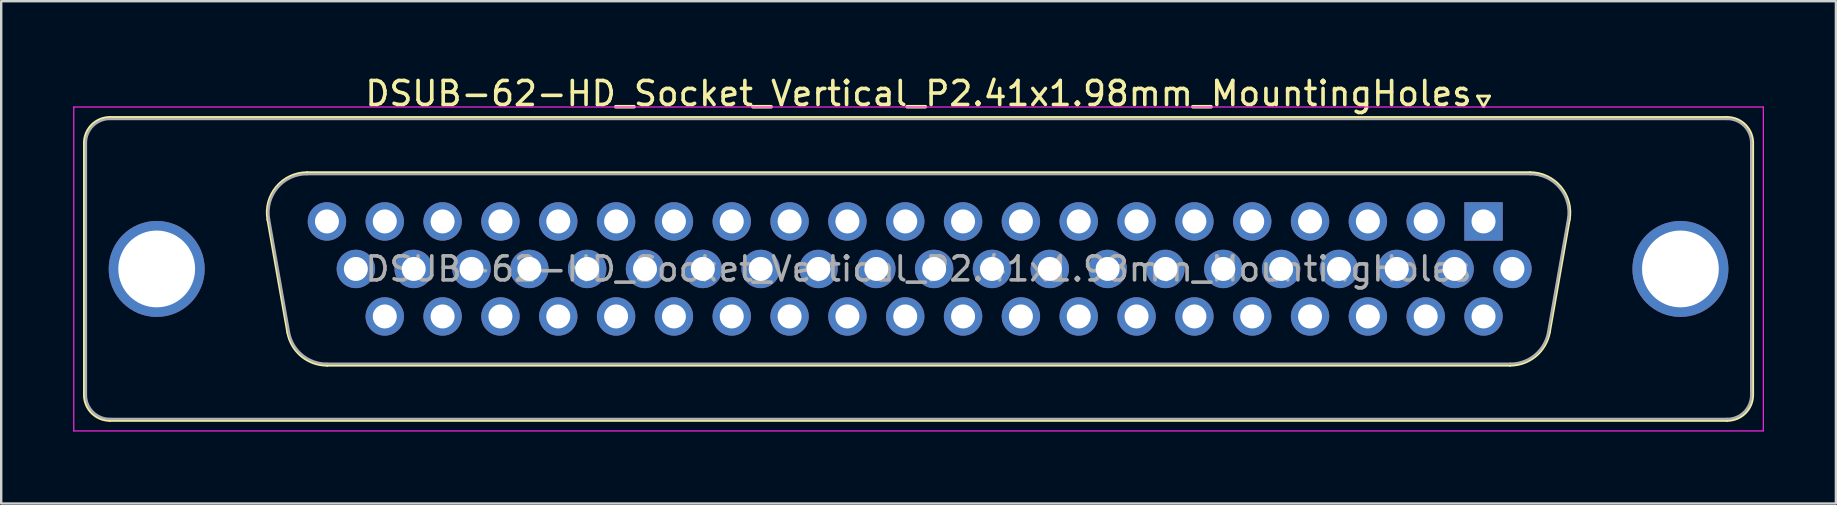
<source format=kicad_pcb>
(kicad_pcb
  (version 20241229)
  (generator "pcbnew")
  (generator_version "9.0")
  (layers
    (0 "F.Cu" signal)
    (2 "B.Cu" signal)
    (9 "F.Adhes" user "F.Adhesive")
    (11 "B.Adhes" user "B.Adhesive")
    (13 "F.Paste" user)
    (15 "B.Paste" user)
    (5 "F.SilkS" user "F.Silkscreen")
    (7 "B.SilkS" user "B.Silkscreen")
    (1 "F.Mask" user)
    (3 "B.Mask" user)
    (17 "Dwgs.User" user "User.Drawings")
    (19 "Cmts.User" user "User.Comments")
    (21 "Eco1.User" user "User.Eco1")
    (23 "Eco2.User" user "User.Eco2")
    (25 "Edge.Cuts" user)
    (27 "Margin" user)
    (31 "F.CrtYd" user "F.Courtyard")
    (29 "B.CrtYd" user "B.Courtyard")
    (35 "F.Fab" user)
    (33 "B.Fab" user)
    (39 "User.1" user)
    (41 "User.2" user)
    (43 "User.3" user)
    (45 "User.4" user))
  (footprint "DSUB-62-HD_Socket_Vertical_P2.41x1.98mm_MountingHoles"
    (layer "F.Cu")
    (at 58.775 6.178)
    (property "Reference" "DSUB-62-HD_Socket_Vertical_P2.41x1.98mm_MountingHoles" (at -23.545 -5.33 0) (layer "F.SilkS") (effects (font (size 1 1) (thickness 0.15))))
    (attr through_hole)
    (fp_line (start -58.305 7.23) (end -58.305 -3.27) (stroke (width 0.12) (type solid)) (layer "F.SilkS"))
    (fp_line (start -57.245 -4.33) (end 10.155 -4.33) (stroke (width 0.12) (type solid)) (layer "F.SilkS"))
    (fp_line (start -49.833 4.618) (end -50.661 -0.082) (stroke (width 0.12) (type solid)) (layer "F.SilkS"))
    (fp_line (start -49.027 -2.03) (end 1.937 -2.03) (stroke (width 0.12) (type solid)) (layer "F.SilkS"))
    (fp_line (start -0.25 -5.224) (end 0.25 -5.224) (stroke (width 0.12) (type solid)) (layer "F.SilkS"))
    (fp_line (start 0 -4.791) (end -0.25 -5.224) (stroke (width 0.12) (type solid)) (layer "F.SilkS"))
    (fp_line (start 0.25 -5.224) (end 0 -4.791) (stroke (width 0.12) (type solid)) (layer "F.SilkS"))
    (fp_line (start 1.108 5.99) (end -48.198 5.99) (stroke (width 0.12) (type solid)) (layer "F.SilkS"))
    (fp_line (start 3.571 -0.082) (end 2.743 4.618) (stroke (width 0.12) (type solid)) (layer "F.SilkS"))
    (fp_line (start 10.155 8.29) (end -57.245 8.29) (stroke (width 0.12) (type solid)) (layer "F.SilkS"))
    (fp_line (start 11.215 -3.27) (end 11.215 7.23) (stroke (width 0.12) (type solid)) (layer "F.SilkS"))
    (fp_arc (start -58.305 -3.27) (mid -57.994533 -4.019533) (end -57.245 -4.33) (stroke (width 0.12) (type solid)) (layer "F.SilkS"))
    (fp_arc (start -57.245 8.29) (mid -57.994533 7.979533) (end -58.305 7.23) (stroke (width 0.12) (type solid)) (layer "F.SilkS"))
    (fp_arc (start -50.66147 -0.081744) (mid -50.298323 -1.437027) (end -49.026689 -2.03) (stroke (width 0.12) (type solid)) (layer "F.SilkS"))
    (fp_arc (start -48.197952 5.99) (mid -49.26498 5.601634) (end -49.832733 4.618256) (stroke (width 0.12) (type solid)) (layer "F.SilkS"))
    (fp_arc (start 1.936689 -2.03) (mid 3.208323 -1.437027) (end 3.57147 -0.081744) (stroke (width 0.12) (type solid)) (layer "F.SilkS"))
    (fp_arc (start 2.742733 4.618256) (mid 2.17498 5.601634) (end 1.107952 5.99) (stroke (width 0.12) (type solid)) (layer "F.SilkS"))
    (fp_arc (start 10.155 -4.33) (mid 10.904533 -4.019533) (end 11.215 -3.27) (stroke (width 0.12) (type solid)) (layer "F.SilkS"))
    (fp_arc (start 11.215 7.23) (mid 10.904533 7.979533) (end 10.155 8.29) (stroke (width 0.12) (type solid)) (layer "F.SilkS"))
    (fp_line (start -58.75 -4.77) (end -58.75 8.73) (stroke (width 0.05) (type solid)) (layer "F.CrtYd"))
    (fp_line (start -58.75 8.73) (end 11.66 8.73) (stroke (width 0.05) (type solid)) (layer "F.CrtYd"))
    (fp_line (start 11.66 -4.77) (end -58.75 -4.77) (stroke (width 0.05) (type solid)) (layer "F.CrtYd"))
    (fp_line (start 11.66 8.73) (end 11.66 -4.77) (stroke (width 0.05) (type solid)) (layer "F.CrtYd"))
    (fp_line (start -58.245 7.23) (end -58.245 -3.27) (stroke (width 0.1) (type solid)) (layer "F.Fab"))
    (fp_line (start -57.245 -4.27) (end 10.155 -4.27) (stroke (width 0.1) (type solid)) (layer "F.Fab"))
    (fp_line (start -49.785 4.608) (end -50.614 -0.092) (stroke (width 0.1) (type solid)) (layer "F.Fab"))
    (fp_line (start -49.038 -1.97) (end 1.948 -1.97) (stroke (width 0.1) (type solid)) (layer "F.Fab"))
    (fp_line (start 1.119 5.93) (end -48.209 5.93) (stroke (width 0.1) (type solid)) (layer "F.Fab"))
    (fp_line (start 3.524 -0.092) (end 2.695 4.608) (stroke (width 0.1) (type solid)) (layer "F.Fab"))
    (fp_line (start 10.155 8.23) (end -57.245 8.23) (stroke (width 0.1) (type solid)) (layer "F.Fab"))
    (fp_line (start 11.155 -3.27) (end 11.155 7.23) (stroke (width 0.1) (type solid)) (layer "F.Fab"))
    (fp_arc (start -58.245 -3.27) (mid -57.952107 -3.977107) (end -57.245 -4.27) (stroke (width 0.1) (type solid)) (layer "F.Fab"))
    (fp_arc (start -57.245 8.23) (mid -57.952107 7.937107) (end -58.245 7.23) (stroke (width 0.1) (type solid)) (layer "F.Fab"))
    (fp_arc (start -50.613887 -0.092163) (mid -50.263865 -1.39846) (end -49.038194 -1.97) (stroke (width 0.1) (type solid)) (layer "F.Fab"))
    (fp_arc (start -48.209457 5.93) (mid -49.237918 5.555671) (end -49.78515 4.607837) (stroke (width 0.1) (type solid)) (layer "F.Fab"))
    (fp_arc (start 1.948194 -1.97) (mid 3.173865 -1.39846) (end 3.523887 -0.092163) (stroke (width 0.1) (type solid)) (layer "F.Fab"))
    (fp_arc (start 2.69515 4.607837) (mid 2.147918 5.555671) (end 1.119457 5.93) (stroke (width 0.1) (type solid)) (layer "F.Fab"))
    (fp_arc (start 10.155 -4.27) (mid 10.862107 -3.977107) (end 11.155 -3.27) (stroke (width 0.1) (type solid)) (layer "F.Fab"))
    (fp_arc (start 11.155 7.23) (mid 10.862107 7.937107) (end 10.155 8.23) (stroke (width 0.1) (type solid)) (layer "F.Fab"))
    (fp_text user "${REFERENCE}" (at -23.545 1.98 0) (layer "F.Fab") (effects (font (size 1 1) (thickness 0.15))))
    (pad "0" thru_hole circle (at -55.295 1.98) (size 4 4) (drill 3.2) (layers "*.Cu" "*.Mask"))
    (pad "0" thru_hole circle (at 8.205 1.98) (size 4 4) (drill 3.2) (layers "*.Cu" "*.Mask"))
    (pad "1" thru_hole rect (at 0 0) (size 1.6 1.6) (drill 1) (layers "*.Cu" "*.Mask"))
    (pad "2" thru_hole circle (at -2.41 0) (size 1.6 1.6) (drill 1) (layers "*.Cu" "*.Mask"))
    (pad "3" thru_hole circle (at -4.82 0) (size 1.6 1.6) (drill 1) (layers "*.Cu" "*.Mask"))
    (pad "4" thru_hole circle (at -7.23 0) (size 1.6 1.6) (drill 1) (layers "*.Cu" "*.Mask"))
    (pad "5" thru_hole circle (at -9.64 0) (size 1.6 1.6) (drill 1) (layers "*.Cu" "*.Mask"))
    (pad "6" thru_hole circle (at -12.05 0) (size 1.6 1.6) (drill 1) (layers "*.Cu" "*.Mask"))
    (pad "7" thru_hole circle (at -14.46 0) (size 1.6 1.6) (drill 1) (layers "*.Cu" "*.Mask"))
    (pad "8" thru_hole circle (at -16.87 0) (size 1.6 1.6) (drill 1) (layers "*.Cu" "*.Mask"))
    (pad "9" thru_hole circle (at -19.28 0) (size 1.6 1.6) (drill 1) (layers "*.Cu" "*.Mask"))
    (pad "10" thru_hole circle (at -21.69 0) (size 1.6 1.6) (drill 1) (layers "*.Cu" "*.Mask"))
    (pad "11" thru_hole circle (at -24.1 0) (size 1.6 1.6) (drill 1) (layers "*.Cu" "*.Mask"))
    (pad "12" thru_hole circle (at -26.51 0) (size 1.6 1.6) (drill 1) (layers "*.Cu" "*.Mask"))
    (pad "13" thru_hole circle (at -28.92 0) (size 1.6 1.6) (drill 1) (layers "*.Cu" "*.Mask"))
    (pad "14" thru_hole circle (at -31.33 0) (size 1.6 1.6) (drill 1) (layers "*.Cu" "*.Mask"))
    (pad "15" thru_hole circle (at -33.74 0) (size 1.6 1.6) (drill 1) (layers "*.Cu" "*.Mask"))
    (pad "16" thru_hole circle (at -36.15 0) (size 1.6 1.6) (drill 1) (layers "*.Cu" "*.Mask"))
    (pad "17" thru_hole circle (at -38.56 0) (size 1.6 1.6) (drill 1) (layers "*.Cu" "*.Mask"))
    (pad "18" thru_hole circle (at -40.97 0) (size 1.6 1.6) (drill 1) (layers "*.Cu" "*.Mask"))
    (pad "19" thru_hole circle (at -43.38 0) (size 1.6 1.6) (drill 1) (layers "*.Cu" "*.Mask"))
    (pad "20" thru_hole circle (at -45.79 0) (size 1.6 1.6) (drill 1) (layers "*.Cu" "*.Mask"))
    (pad "21" thru_hole circle (at -48.2 0) (size 1.6 1.6) (drill 1) (layers "*.Cu" "*.Mask"))
    (pad "22" thru_hole circle (at 1.205 1.98) (size 1.6 1.6) (drill 1) (layers "*.Cu" "*.Mask"))
    (pad "23" thru_hole circle (at -1.205 1.98) (size 1.6 1.6) (drill 1) (layers "*.Cu" "*.Mask"))
    (pad "24" thru_hole circle (at -3.615 1.98) (size 1.6 1.6) (drill 1) (layers "*.Cu" "*.Mask"))
    (pad "25" thru_hole circle (at -6.025 1.98) (size 1.6 1.6) (drill 1) (layers "*.Cu" "*.Mask"))
    (pad "26" thru_hole circle (at -8.435 1.98) (size 1.6 1.6) (drill 1) (layers "*.Cu" "*.Mask"))
    (pad "27" thru_hole circle (at -10.845 1.98) (size 1.6 1.6) (drill 1) (layers "*.Cu" "*.Mask"))
    (pad "28" thru_hole circle (at -13.255 1.98) (size 1.6 1.6) (drill 1) (layers "*.Cu" "*.Mask"))
    (pad "29" thru_hole circle (at -15.665 1.98) (size 1.6 1.6) (drill 1) (layers "*.Cu" "*.Mask"))
    (pad "30" thru_hole circle (at -18.075 1.98) (size 1.6 1.6) (drill 1) (layers "*.Cu" "*.Mask"))
    (pad "31" thru_hole circle (at -20.485 1.98) (size 1.6 1.6) (drill 1) (layers "*.Cu" "*.Mask"))
    (pad "32" thru_hole circle (at -22.895 1.98) (size 1.6 1.6) (drill 1) (layers "*.Cu" "*.Mask"))
    (pad "33" thru_hole circle (at -25.305 1.98) (size 1.6 1.6) (drill 1) (layers "*.Cu" "*.Mask"))
    (pad "34" thru_hole circle (at -27.715 1.98) (size 1.6 1.6) (drill 1) (layers "*.Cu" "*.Mask"))
    (pad "35" thru_hole circle (at -30.125 1.98) (size 1.6 1.6) (drill 1) (layers "*.Cu" "*.Mask"))
    (pad "36" thru_hole circle (at -32.535 1.98) (size 1.6 1.6) (drill 1) (layers "*.Cu" "*.Mask"))
    (pad "37" thru_hole circle (at -34.945 1.98) (size 1.6 1.6) (drill 1) (layers "*.Cu" "*.Mask"))
    (pad "38" thru_hole circle (at -37.355 1.98) (size 1.6 1.6) (drill 1) (layers "*.Cu" "*.Mask"))
    (pad "39" thru_hole circle (at -39.765 1.98) (size 1.6 1.6) (drill 1) (layers "*.Cu" "*.Mask"))
    (pad "40" thru_hole circle (at -42.175 1.98) (size 1.6 1.6) (drill 1) (layers "*.Cu" "*.Mask"))
    (pad "41" thru_hole circle (at -44.585 1.98) (size 1.6 1.6) (drill 1) (layers "*.Cu" "*.Mask"))
    (pad "42" thru_hole circle (at -46.995 1.98) (size 1.6 1.6) (drill 1) (layers "*.Cu" "*.Mask"))
    (pad "43" thru_hole circle (at 0 3.96) (size 1.6 1.6) (drill 1) (layers "*.Cu" "*.Mask"))
    (pad "44" thru_hole circle (at -2.41 3.96) (size 1.6 1.6) (drill 1) (layers "*.Cu" "*.Mask"))
    (pad "45" thru_hole circle (at -4.82 3.96) (size 1.6 1.6) (drill 1) (layers "*.Cu" "*.Mask"))
    (pad "46" thru_hole circle (at -7.23 3.96) (size 1.6 1.6) (drill 1) (layers "*.Cu" "*.Mask"))
    (pad "47" thru_hole circle (at -9.64 3.96) (size 1.6 1.6) (drill 1) (layers "*.Cu" "*.Mask"))
    (pad "48" thru_hole circle (at -12.05 3.96) (size 1.6 1.6) (drill 1) (layers "*.Cu" "*.Mask"))
    (pad "49" thru_hole circle (at -14.46 3.96) (size 1.6 1.6) (drill 1) (layers "*.Cu" "*.Mask"))
    (pad "50" thru_hole circle (at -16.87 3.96) (size 1.6 1.6) (drill 1) (layers "*.Cu" "*.Mask"))
    (pad "51" thru_hole circle (at -19.28 3.96) (size 1.6 1.6) (drill 1) (layers "*.Cu" "*.Mask"))
    (pad "52" thru_hole circle (at -21.69 3.96) (size 1.6 1.6) (drill 1) (layers "*.Cu" "*.Mask"))
    (pad "53" thru_hole circle (at -24.1 3.96) (size 1.6 1.6) (drill 1) (layers "*.Cu" "*.Mask"))
    (pad "54" thru_hole circle (at -26.51 3.96) (size 1.6 1.6) (drill 1) (layers "*.Cu" "*.Mask"))
    (pad "55" thru_hole circle (at -28.92 3.96) (size 1.6 1.6) (drill 1) (layers "*.Cu" "*.Mask"))
    (pad "56" thru_hole circle (at -31.33 3.96) (size 1.6 1.6) (drill 1) (layers "*.Cu" "*.Mask"))
    (pad "57" thru_hole circle (at -33.74 3.96) (size 1.6 1.6) (drill 1) (layers "*.Cu" "*.Mask"))
    (pad "58" thru_hole circle (at -36.15 3.96) (size 1.6 1.6) (drill 1) (layers "*.Cu" "*.Mask"))
    (pad "59" thru_hole circle (at -38.56 3.96) (size 1.6 1.6) (drill 1) (layers "*.Cu" "*.Mask"))
    (pad "60" thru_hole circle (at -40.97 3.96) (size 1.6 1.6) (drill 1) (layers "*.Cu" "*.Mask"))
    (pad "61" thru_hole circle (at -43.38 3.96) (size 1.6 1.6) (drill 1) (layers "*.Cu" "*.Mask"))
    (pad "62" thru_hole circle (at -45.79 3.96) (size 1.6 1.6) (drill 1) (layers "*.Cu" "*.Mask")))
  (gr_rect
    (start -3 -3)
    (end 73.46 17.933)
    (stroke (width 0.1) (type default))
    (fill no)
    (layer "Edge.Cuts")))
</source>
